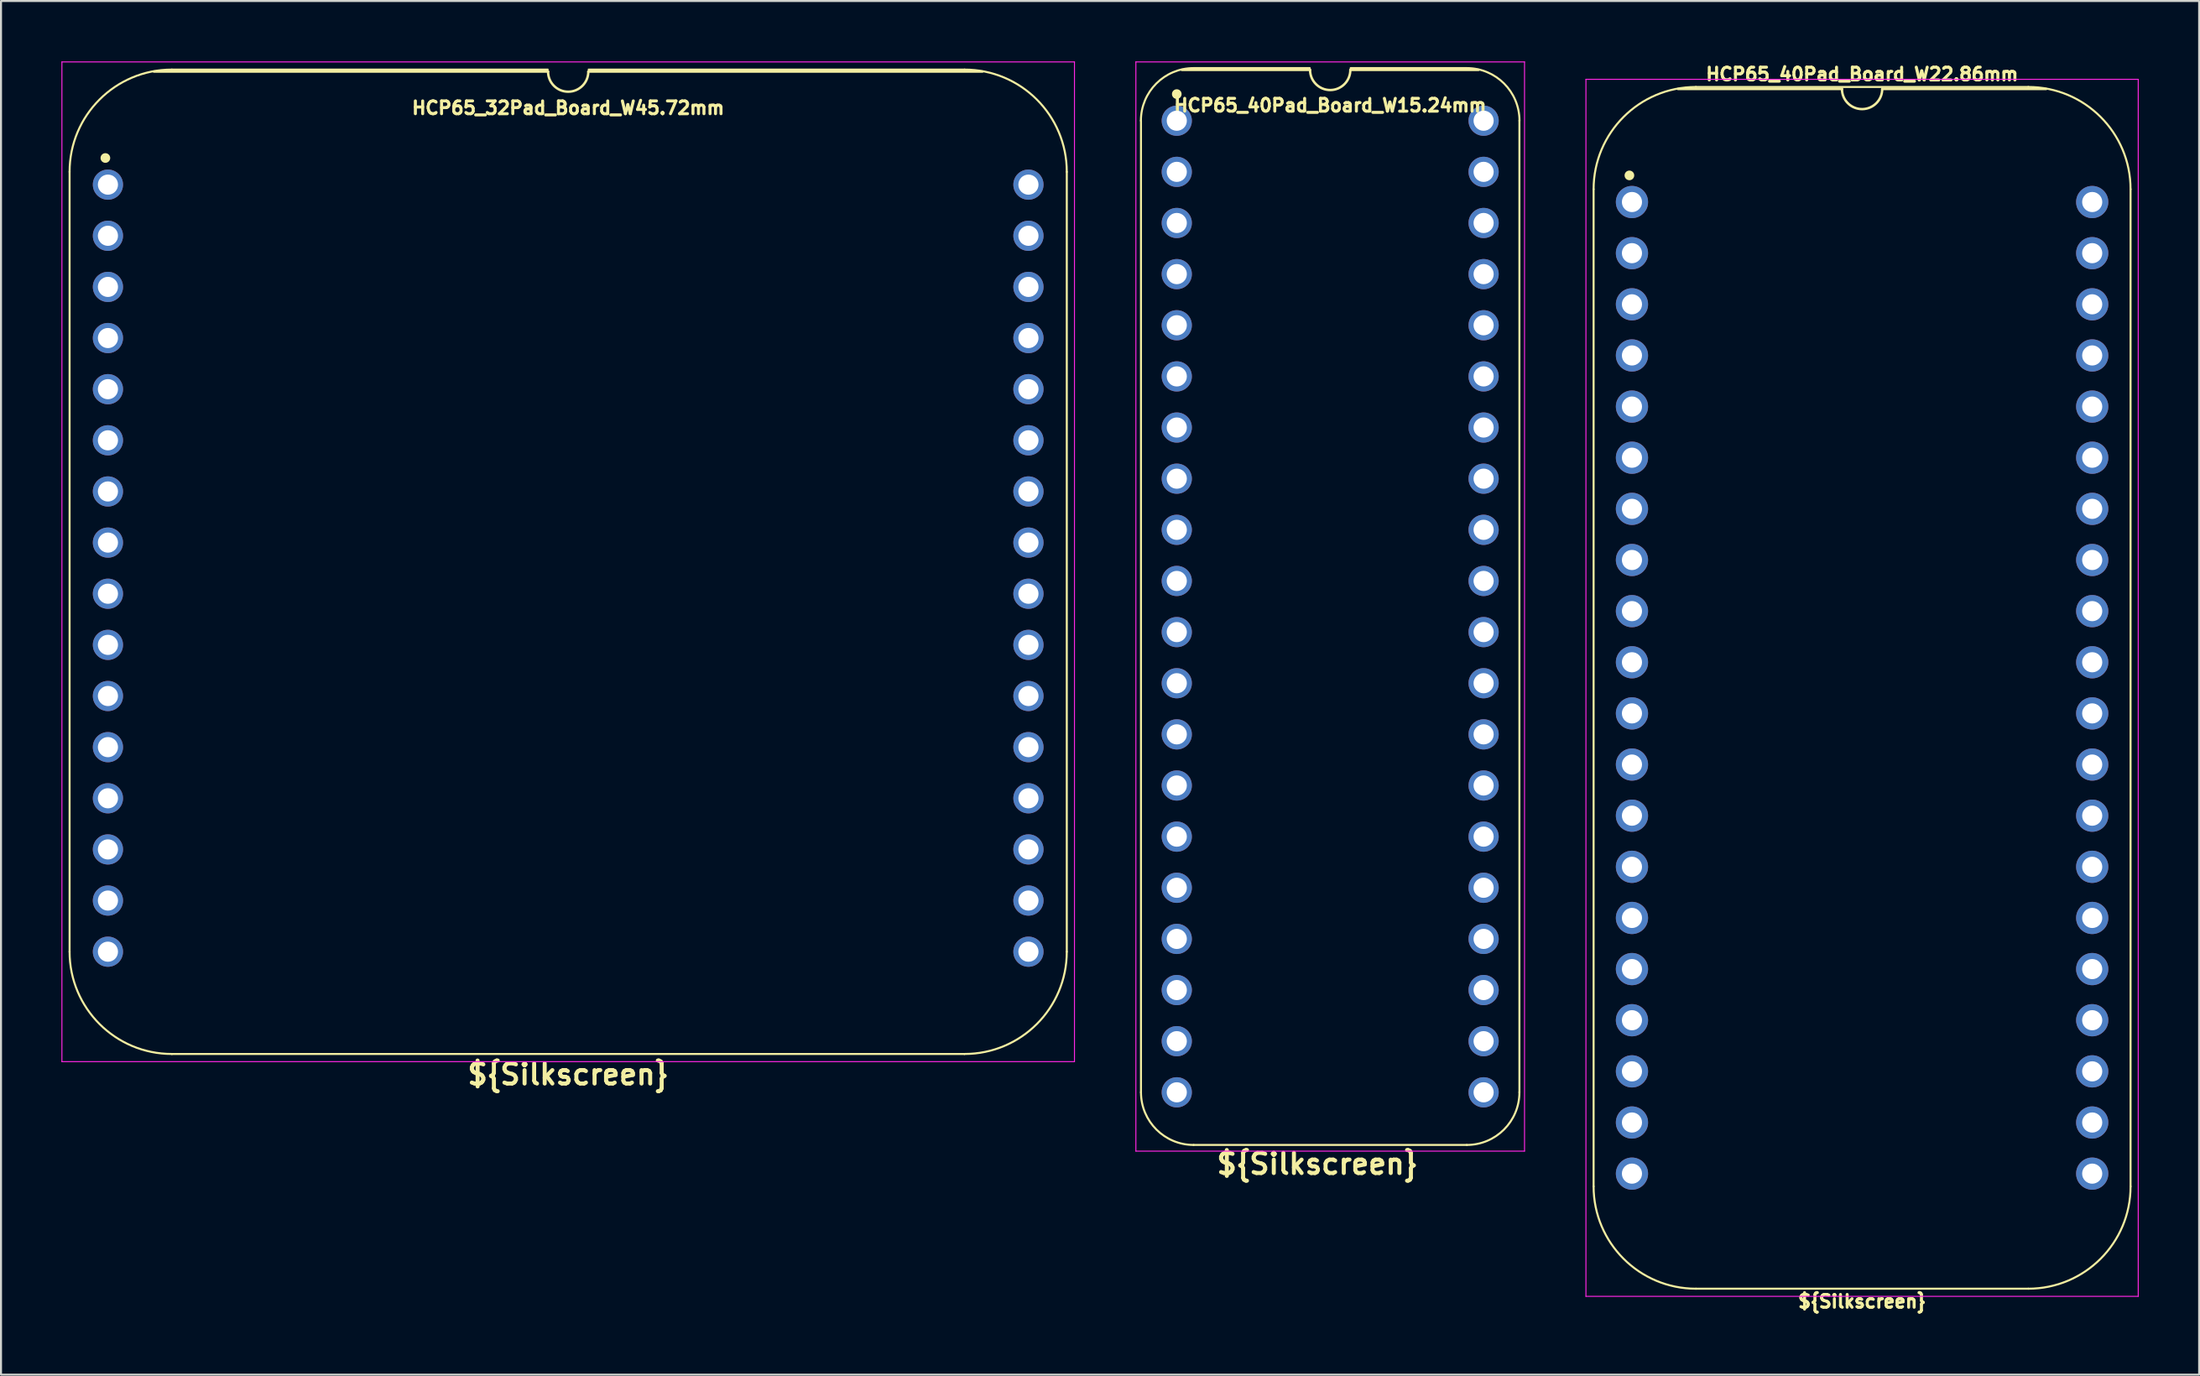
<source format=kicad_pcb>
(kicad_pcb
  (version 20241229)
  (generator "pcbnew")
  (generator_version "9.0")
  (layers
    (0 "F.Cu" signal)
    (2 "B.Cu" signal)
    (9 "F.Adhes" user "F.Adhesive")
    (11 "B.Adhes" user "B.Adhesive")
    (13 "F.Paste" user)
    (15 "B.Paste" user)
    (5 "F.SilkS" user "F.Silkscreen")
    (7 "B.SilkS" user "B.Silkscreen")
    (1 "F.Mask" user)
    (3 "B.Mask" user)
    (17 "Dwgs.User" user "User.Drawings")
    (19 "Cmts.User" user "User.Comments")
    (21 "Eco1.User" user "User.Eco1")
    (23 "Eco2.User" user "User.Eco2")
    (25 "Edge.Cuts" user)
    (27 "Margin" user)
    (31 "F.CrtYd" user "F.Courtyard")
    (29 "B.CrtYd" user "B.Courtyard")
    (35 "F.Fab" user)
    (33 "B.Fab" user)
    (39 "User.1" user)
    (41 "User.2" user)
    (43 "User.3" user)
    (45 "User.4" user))
  (footprint "HCP65_32Pad_Board_W45.72mm"
    (layer "F.Cu")
    (at 2.311 6.121)
    (property "Reference" "HCP65_32Pad_Board_W45.72mm" (at 22.86 -3.81 0) (layer "F.SilkS") (effects (font (size 0.635 0.635) (thickness 0.15))))
    (property "Silkscreen" "${Silkscreen}" (at 22.86 44.196 0) (layer "F.SilkS") (effects (font (size 1 1) (thickness 0.2))))
    (attr through_hole)
    (fp_line (start -1.905 -0.635) (end -1.905 38.1) (stroke (width 0.1) (type solid)) (layer "F.SilkS"))
    (fp_line (start 21.844 -5.715) (end 3.175 -5.715) (stroke (width 0.1) (type solid)) (layer "F.SilkS"))
    (fp_line (start 21.86 -5.616) (end 2.286 -5.616) (stroke (width 0.12) (type solid)) (layer "F.SilkS"))
    (fp_line (start 42.545 -5.715) (end 23.876 -5.715) (stroke (width 0.1) (type solid)) (layer "F.SilkS"))
    (fp_line (start 42.545 43.18) (end 3.175 43.18) (stroke (width 0.1) (type solid)) (layer "F.SilkS"))
    (fp_line (start 43.434 -5.616) (end 23.86 -5.616) (stroke (width 0.12) (type solid)) (layer "F.SilkS"))
    (fp_line (start 47.625 38.1) (end 47.625 -0.635) (stroke (width 0.1) (type solid)) (layer "F.SilkS"))
    (fp_arc (start -1.905 -0.635) (mid -0.417102 -4.227102) (end 3.175 -5.715) (stroke (width 0.1) (type solid)) (layer "F.SilkS"))
    (fp_arc (start 3.175 43.18) (mid -0.417102 41.692102) (end -1.905 38.1) (stroke (width 0.1) (type solid)) (layer "F.SilkS"))
    (fp_arc (start 23.86 -5.616) (mid 22.86 -4.616) (end 21.86 -5.616) (stroke (width 0.12) (type solid)) (layer "F.SilkS"))
    (fp_arc (start 42.545 -5.715) (mid 46.137102 -4.227102) (end 47.625 -0.635) (stroke (width 0.1) (type solid)) (layer "F.SilkS"))
    (fp_arc (start 47.625 38.1) (mid 46.137102 41.692102) (end 42.545 43.18) (stroke (width 0.1) (type solid)) (layer "F.SilkS"))
    (fp_circle (center -0.127 -1.323) (end 0.053 -1.323) (stroke (width 0.12) (type solid)) (fill yes) (layer "F.SilkS"))
    (fp_line (start -2.286 -6.096) (end -2.286 43.561) (stroke (width 0.05) (type solid)) (layer "F.CrtYd"))
    (fp_line (start -2.286 -6.096) (end 48.006 -6.096) (stroke (width 0.05) (type solid)) (layer "F.CrtYd"))
    (fp_line (start -2.286 43.561) (end 48.006 43.561) (stroke (width 0.05) (type solid)) (layer "F.CrtYd"))
    (fp_line (start 48.006 43.561) (end 48.006 -6.096) (stroke (width 0.05) (type solid)) (layer "F.CrtYd"))
    (pad "1" thru_hole circle (at 0 0) (size 1.5 1.5) (drill 1) (layers "*.Cu" "*.Mask"))
    (pad "2" thru_hole circle (at 0 2.54) (size 1.5 1.5) (drill 1) (layers "*.Cu" "*.Mask"))
    (pad "3" thru_hole circle (at 0 5.08) (size 1.5 1.5) (drill 1) (layers "*.Cu" "*.Mask"))
    (pad "4" thru_hole circle (at 0 7.62) (size 1.5 1.5) (drill 1) (layers "*.Cu" "*.Mask"))
    (pad "5" thru_hole circle (at 0 10.16) (size 1.5 1.5) (drill 1) (layers "*.Cu" "*.Mask"))
    (pad "6" thru_hole circle (at 0 12.7) (size 1.5 1.5) (drill 1) (layers "*.Cu" "*.Mask"))
    (pad "7" thru_hole circle (at 0 15.24) (size 1.5 1.5) (drill 1) (layers "*.Cu" "*.Mask"))
    (pad "8" thru_hole circle (at 0 17.78) (size 1.5 1.5) (drill 1) (layers "*.Cu" "*.Mask"))
    (pad "9" thru_hole circle (at 0 20.32) (size 1.5 1.5) (drill 1) (layers "*.Cu" "*.Mask"))
    (pad "10" thru_hole circle (at 0 22.86) (size 1.5 1.5) (drill 1) (layers "*.Cu" "*.Mask"))
    (pad "11" thru_hole circle (at 0 25.4) (size 1.5 1.5) (drill 1) (layers "*.Cu" "*.Mask"))
    (pad "12" thru_hole circle (at 0 27.94) (size 1.5 1.5) (drill 1) (layers "*.Cu" "*.Mask"))
    (pad "13" thru_hole circle (at 0 30.48) (size 1.5 1.5) (drill 1) (layers "*.Cu" "*.Mask"))
    (pad "14" thru_hole circle (at 0 33.02) (size 1.5 1.5) (drill 1) (layers "*.Cu" "*.Mask"))
    (pad "15" thru_hole circle (at 0 35.56) (size 1.5 1.5) (drill 1) (layers "*.Cu" "*.Mask"))
    (pad "16" thru_hole circle (at 0 38.1) (size 1.5 1.5) (drill 1) (layers "*.Cu" "*.Mask"))
    (pad "17" thru_hole circle (at 45.72 38.1) (size 1.5 1.5) (drill 1) (layers "*.Cu" "*.Mask"))
    (pad "18" thru_hole circle (at 45.72 35.56) (size 1.5 1.5) (drill 1) (layers "*.Cu" "*.Mask"))
    (pad "19" thru_hole circle (at 45.72 33.02) (size 1.5 1.5) (drill 1) (layers "*.Cu" "*.Mask"))
    (pad "20" thru_hole circle (at 45.72 30.48) (size 1.5 1.5) (drill 1) (layers "*.Cu" "*.Mask"))
    (pad "21" thru_hole circle (at 45.72 27.94) (size 1.5 1.5) (drill 1) (layers "*.Cu" "*.Mask"))
    (pad "22" thru_hole circle (at 45.72 25.4) (size 1.5 1.5) (drill 1) (layers "*.Cu" "*.Mask"))
    (pad "23" thru_hole circle (at 45.72 22.86) (size 1.5 1.5) (drill 1) (layers "*.Cu" "*.Mask"))
    (pad "24" thru_hole circle (at 45.72 20.32) (size 1.5 1.5) (drill 1) (layers "*.Cu" "*.Mask"))
    (pad "25" thru_hole circle (at 45.72 17.78) (size 1.5 1.5) (drill 1) (layers "*.Cu" "*.Mask"))
    (pad "26" thru_hole circle (at 45.72 15.24) (size 1.5 1.5) (drill 1) (layers "*.Cu" "*.Mask"))
    (pad "27" thru_hole circle (at 45.72 12.7) (size 1.5 1.5) (drill 1) (layers "*.Cu" "*.Mask"))
    (pad "28" thru_hole circle (at 45.72 10.16) (size 1.5 1.5) (drill 1) (layers "*.Cu" "*.Mask"))
    (pad "29" thru_hole circle (at 45.72 7.62) (size 1.5 1.5) (drill 1) (layers "*.Cu" "*.Mask"))
    (pad "30" thru_hole circle (at 45.72 5.08) (size 1.5 1.5) (drill 1) (layers "*.Cu" "*.Mask"))
    (pad "31" thru_hole circle (at 45.72 2.54) (size 1.5 1.5) (drill 1) (layers "*.Cu" "*.Mask"))
    (pad "32" thru_hole circle (at 45.72 0) (size 1.5 1.5) (drill 1) (layers "*.Cu" "*.Mask")))
  (footprint "HCP65_40Pad_Board_W22.86mm"
    (layer "F.Cu")
    (at 78.007 6.985)
    (property "Reference" "HCP65_40Pad_Board_W22.86mm" (at 11.43 -6.35 0) (layer "F.SilkS") (effects (font (size 0.635 0.635) (thickness 0.15))))
    (attr through_hole)
    (fp_line (start -1.905 -0.635) (end -1.905 48.895) (stroke (width 0.1) (type solid)) (layer "F.SilkS"))
    (fp_line (start 10.43 -5.616) (end 2.286 -5.616) (stroke (width 0.12) (type solid)) (layer "F.SilkS"))
    (fp_line (start 19.685 -5.715) (end 3.175 -5.715) (stroke (width 0.1) (type solid)) (layer "F.SilkS"))
    (fp_line (start 19.685 53.975) (end 3.175 53.975) (stroke (width 0.1) (type solid)) (layer "F.SilkS"))
    (fp_line (start 20.574 -5.616) (end 12.43 -5.616) (stroke (width 0.12) (type solid)) (layer "F.SilkS"))
    (fp_line (start 24.765 48.895) (end 24.765 -0.635) (stroke (width 0.1) (type solid)) (layer "F.SilkS"))
    (fp_arc (start -1.905 -0.635) (mid -0.417102 -4.227102) (end 3.175 -5.715) (stroke (width 0.1) (type solid)) (layer "F.SilkS"))
    (fp_arc (start 3.175 53.975) (mid -0.417102 52.487102) (end -1.905 48.895) (stroke (width 0.1) (type solid)) (layer "F.SilkS"))
    (fp_arc (start 12.43 -5.616) (mid 11.43 -4.616) (end 10.43 -5.616) (stroke (width 0.12) (type solid)) (layer "F.SilkS"))
    (fp_arc (start 19.685 -5.715) (mid 23.277102 -4.227102) (end 24.765 -0.635) (stroke (width 0.1) (type solid)) (layer "F.SilkS"))
    (fp_arc (start 24.765 48.895) (mid 23.277102 52.487102) (end 19.685 53.975) (stroke (width 0.1) (type solid)) (layer "F.SilkS"))
    (fp_circle (center -0.127 -1.323) (end 0.053 -1.323) (stroke (width 0.12) (type solid)) (fill yes) (layer "F.SilkS"))
    (fp_line (start -2.286 -6.096) (end -2.286 54.356) (stroke (width 0.05) (type solid)) (layer "F.CrtYd"))
    (fp_line (start -2.286 -6.096) (end 25.146 -6.096) (stroke (width 0.05) (type solid)) (layer "F.CrtYd"))
    (fp_line (start -2.286 54.356) (end 25.146 54.356) (stroke (width 0.05) (type solid)) (layer "F.CrtYd"))
    (fp_line (start 25.146 54.356) (end 25.146 -6.096) (stroke (width 0.05) (type solid)) (layer "F.CrtYd"))
    (fp_text user "${Silkscreen}" (at 11.43 54.61 0) (layer "F.SilkS") (effects (font (size 0.635 0.635) (thickness 0.15))))
    (pad "1" thru_hole circle (at 0 0) (size 1.6 1.6) (drill 1) (layers "*.Cu" "*.Mask"))
    (pad "2" thru_hole circle (at 0 2.54) (size 1.6 1.6) (drill 1) (layers "*.Cu" "*.Mask"))
    (pad "3" thru_hole circle (at 0 5.08) (size 1.6 1.6) (drill 1) (layers "*.Cu" "*.Mask"))
    (pad "4" thru_hole circle (at 0 7.62) (size 1.6 1.6) (drill 1) (layers "*.Cu" "*.Mask"))
    (pad "5" thru_hole circle (at 0 10.16) (size 1.6 1.6) (drill 1) (layers "*.Cu" "*.Mask"))
    (pad "6" thru_hole circle (at 0 12.7) (size 1.6 1.6) (drill 1) (layers "*.Cu" "*.Mask"))
    (pad "7" thru_hole circle (at 0 15.24) (size 1.6 1.6) (drill 1) (layers "*.Cu" "*.Mask"))
    (pad "8" thru_hole circle (at 0 17.78) (size 1.6 1.6) (drill 1) (layers "*.Cu" "*.Mask"))
    (pad "9" thru_hole circle (at 0 20.32) (size 1.6 1.6) (drill 1) (layers "*.Cu" "*.Mask"))
    (pad "10" thru_hole circle (at 0 22.86) (size 1.6 1.6) (drill 1) (layers "*.Cu" "*.Mask"))
    (pad "11" thru_hole circle (at 0 25.4) (size 1.6 1.6) (drill 1) (layers "*.Cu" "*.Mask"))
    (pad "12" thru_hole circle (at 0 27.94) (size 1.6 1.6) (drill 1) (layers "*.Cu" "*.Mask"))
    (pad "13" thru_hole circle (at 0 30.48) (size 1.6 1.6) (drill 1) (layers "*.Cu" "*.Mask"))
    (pad "14" thru_hole circle (at 0 33.02) (size 1.6 1.6) (drill 1) (layers "*.Cu" "*.Mask"))
    (pad "15" thru_hole circle (at 0 35.56) (size 1.6 1.6) (drill 1) (layers "*.Cu" "*.Mask"))
    (pad "16" thru_hole circle (at 0 38.1) (size 1.6 1.6) (drill 1) (layers "*.Cu" "*.Mask"))
    (pad "17" thru_hole circle (at 0 40.64) (size 1.6 1.6) (drill 1) (layers "*.Cu" "*.Mask"))
    (pad "18" thru_hole circle (at 0 43.18) (size 1.6 1.6) (drill 1) (layers "*.Cu" "*.Mask"))
    (pad "19" thru_hole circle (at 0 45.72) (size 1.6 1.6) (drill 1) (layers "*.Cu" "*.Mask"))
    (pad "20" thru_hole circle (at 0 48.26) (size 1.6 1.6) (drill 1) (layers "*.Cu" "*.Mask"))
    (pad "21" thru_hole circle (at 22.86 48.26) (size 1.6 1.6) (drill 1) (layers "*.Cu" "*.Mask"))
    (pad "22" thru_hole circle (at 22.86 45.72) (size 1.6 1.6) (drill 1) (layers "*.Cu" "*.Mask"))
    (pad "23" thru_hole circle (at 22.86 43.18) (size 1.6 1.6) (drill 1) (layers "*.Cu" "*.Mask"))
    (pad "24" thru_hole circle (at 22.86 40.64) (size 1.6 1.6) (drill 1) (layers "*.Cu" "*.Mask"))
    (pad "25" thru_hole circle (at 22.86 38.1) (size 1.6 1.6) (drill 1) (layers "*.Cu" "*.Mask"))
    (pad "26" thru_hole circle (at 22.86 35.56) (size 1.6 1.6) (drill 1) (layers "*.Cu" "*.Mask"))
    (pad "27" thru_hole circle (at 22.86 33.02) (size 1.6 1.6) (drill 1) (layers "*.Cu" "*.Mask"))
    (pad "28" thru_hole circle (at 22.86 30.48) (size 1.6 1.6) (drill 1) (layers "*.Cu" "*.Mask"))
    (pad "29" thru_hole circle (at 22.86 27.94) (size 1.6 1.6) (drill 1) (layers "*.Cu" "*.Mask"))
    (pad "30" thru_hole circle (at 22.86 25.4) (size 1.6 1.6) (drill 1) (layers "*.Cu" "*.Mask"))
    (pad "31" thru_hole circle (at 22.86 22.86) (size 1.6 1.6) (drill 1) (layers "*.Cu" "*.Mask"))
    (pad "32" thru_hole circle (at 22.86 20.32) (size 1.6 1.6) (drill 1) (layers "*.Cu" "*.Mask"))
    (pad "33" thru_hole circle (at 22.86 17.78) (size 1.6 1.6) (drill 1) (layers "*.Cu" "*.Mask"))
    (pad "34" thru_hole circle (at 22.86 15.24) (size 1.6 1.6) (drill 1) (layers "*.Cu" "*.Mask"))
    (pad "35" thru_hole circle (at 22.86 12.7) (size 1.6 1.6) (drill 1) (layers "*.Cu" "*.Mask"))
    (pad "36" thru_hole circle (at 22.86 10.16) (size 1.6 1.6) (drill 1) (layers "*.Cu" "*.Mask"))
    (pad "37" thru_hole circle (at 22.86 7.62) (size 1.6 1.6) (drill 1) (layers "*.Cu" "*.Mask"))
    (pad "38" thru_hole circle (at 22.86 5.08) (size 1.6 1.6) (drill 1) (layers "*.Cu" "*.Mask"))
    (pad "39" thru_hole circle (at 22.86 2.54) (size 1.6 1.6) (drill 1) (layers "*.Cu" "*.Mask"))
    (pad "40" thru_hole circle (at 22.86 0) (size 1.6 1.6) (drill 1) (layers "*.Cu" "*.Mask")))
  (footprint "HCP65_40Pad_Board_W15.24mm"
    (layer "F.Cu")
    (at 55.399 2.946)
    (property "Reference" "HCP65_40Pad_Board_W15.24mm" (at 7.62 -0.762 0) (layer "F.SilkS") (effects (font (size 0.635 0.635) (thickness 0.15))))
    (property "Silkscreen" "${Silkscreen}" (at 6.985 51.816 0) (layer "F.SilkS") (effects (font (size 1 1) (thickness 0.2))))
    (attr through_hole)
    (fp_line (start -1.778 48.26) (end -1.778 0) (stroke (width 0.1) (type solid)) (layer "F.SilkS"))
    (fp_line (start 0.832 -2.614) (end 6.604 -2.614) (stroke (width 0.1) (type solid)) (layer "F.SilkS"))
    (fp_line (start 6.62 -2.524) (end 0.254 -2.524) (stroke (width 0.12) (type solid)) (layer "F.SilkS"))
    (fp_line (start 8.636 -2.614) (end 14.408 -2.614) (stroke (width 0.1) (type solid)) (layer "F.SilkS"))
    (fp_line (start 14.404 50.874) (end 0.836 50.874) (stroke (width 0.1) (type solid)) (layer "F.SilkS"))
    (fp_line (start 14.986 -2.524) (end 8.62 -2.524) (stroke (width 0.12) (type solid)) (layer "F.SilkS"))
    (fp_line (start 17.018 48.26) (end 17.018 0) (stroke (width 0.1) (type solid)) (layer "F.SilkS"))
    (fp_arc (start -1.781544 0) (mid -1.016 -1.848188) (end 0.832188 -2.613732) (stroke (width 0.1) (type solid)) (layer "F.SilkS"))
    (fp_arc (start 0.835733 50.873733) (mid -1.012456 50.108189) (end -1.778 48.26) (stroke (width 0.1) (type solid)) (layer "F.SilkS"))
    (fp_arc (start 8.62 -2.524) (mid 7.62 -1.524) (end 6.62 -2.524) (stroke (width 0.12) (type solid)) (layer "F.SilkS"))
    (fp_arc (start 14.407812 -2.613732) (mid 16.256 -1.848188) (end 17.021544 0) (stroke (width 0.1) (type solid)) (layer "F.SilkS"))
    (fp_arc (start 17.018001 48.260001) (mid 16.252456 50.108188) (end 14.404269 50.873733) (stroke (width 0.1) (type solid)) (layer "F.SilkS"))
    (fp_circle (center 0 -1.323) (end 0.18 -1.323) (stroke (width 0.12) (type solid)) (fill yes) (layer "F.SilkS"))
    (fp_line (start -2.032 -2.921) (end -2.032 51.181) (stroke (width 0.05) (type solid)) (layer "F.CrtYd"))
    (fp_line (start -2.032 -2.921) (end 17.272 -2.921) (stroke (width 0.05) (type solid)) (layer "F.CrtYd"))
    (fp_line (start -2.032 51.181) (end 17.272 51.181) (stroke (width 0.05) (type solid)) (layer "F.CrtYd"))
    (fp_line (start 17.272 -2.921) (end 17.272 51.181) (stroke (width 0.05) (type solid)) (layer "F.CrtYd"))
    (pad "1" thru_hole circle (at 0 0) (size 1.5 1.5) (drill 1) (layers "*.Cu" "*.Mask"))
    (pad "2" thru_hole circle (at 0 2.54) (size 1.5 1.5) (drill 1) (layers "*.Cu" "*.Mask"))
    (pad "3" thru_hole circle (at 0 5.08) (size 1.5 1.5) (drill 1) (layers "*.Cu" "*.Mask"))
    (pad "4" thru_hole circle (at 0 7.62) (size 1.5 1.5) (drill 1) (layers "*.Cu" "*.Mask"))
    (pad "5" thru_hole circle (at 0 10.16) (size 1.5 1.5) (drill 1) (layers "*.Cu" "*.Mask"))
    (pad "6" thru_hole circle (at 0 12.7) (size 1.5 1.5) (drill 1) (layers "*.Cu" "*.Mask"))
    (pad "7" thru_hole circle (at 0 15.24) (size 1.5 1.5) (drill 1) (layers "*.Cu" "*.Mask"))
    (pad "8" thru_hole circle (at 0 17.78) (size 1.5 1.5) (drill 1) (layers "*.Cu" "*.Mask"))
    (pad "9" thru_hole circle (at 0 20.32) (size 1.5 1.5) (drill 1) (layers "*.Cu" "*.Mask"))
    (pad "10" thru_hole circle (at 0 22.86) (size 1.5 1.5) (drill 1) (layers "*.Cu" "*.Mask"))
    (pad "11" thru_hole circle (at 0 25.4) (size 1.5 1.5) (drill 1) (layers "*.Cu" "*.Mask"))
    (pad "12" thru_hole circle (at 0 27.94) (size 1.5 1.5) (drill 1) (layers "*.Cu" "*.Mask"))
    (pad "13" thru_hole circle (at 0 30.48) (size 1.5 1.5) (drill 1) (layers "*.Cu" "*.Mask"))
    (pad "14" thru_hole circle (at 0 33.02) (size 1.5 1.5) (drill 1) (layers "*.Cu" "*.Mask"))
    (pad "15" thru_hole circle (at 0 35.56) (size 1.5 1.5) (drill 1) (layers "*.Cu" "*.Mask"))
    (pad "16" thru_hole circle (at 0 38.1) (size 1.5 1.5) (drill 1) (layers "*.Cu" "*.Mask"))
    (pad "17" thru_hole circle (at 0 40.64) (size 1.5 1.5) (drill 1) (layers "*.Cu" "*.Mask"))
    (pad "18" thru_hole circle (at 0 43.18) (size 1.5 1.5) (drill 1) (layers "*.Cu" "*.Mask"))
    (pad "19" thru_hole circle (at 0 45.72) (size 1.5 1.5) (drill 1) (layers "*.Cu" "*.Mask"))
    (pad "20" thru_hole circle (at 0 48.26) (size 1.5 1.5) (drill 1) (layers "*.Cu" "*.Mask"))
    (pad "21" thru_hole circle (at 15.24 48.26) (size 1.5 1.5) (drill 1) (layers "*.Cu" "*.Mask"))
    (pad "22" thru_hole circle (at 15.24 45.72) (size 1.5 1.5) (drill 1) (layers "*.Cu" "*.Mask"))
    (pad "23" thru_hole circle (at 15.24 43.18) (size 1.5 1.5) (drill 1) (layers "*.Cu" "*.Mask"))
    (pad "24" thru_hole circle (at 15.24 40.64) (size 1.5 1.5) (drill 1) (layers "*.Cu" "*.Mask"))
    (pad "25" thru_hole circle (at 15.24 38.1) (size 1.5 1.5) (drill 1) (layers "*.Cu" "*.Mask"))
    (pad "26" thru_hole circle (at 15.24 35.56) (size 1.5 1.5) (drill 1) (layers "*.Cu" "*.Mask"))
    (pad "27" thru_hole circle (at 15.24 33.02) (size 1.5 1.5) (drill 1) (layers "*.Cu" "*.Mask"))
    (pad "28" thru_hole circle (at 15.24 30.48) (size 1.5 1.5) (drill 1) (layers "*.Cu" "*.Mask"))
    (pad "29" thru_hole circle (at 15.24 27.94) (size 1.5 1.5) (drill 1) (layers "*.Cu" "*.Mask"))
    (pad "30" thru_hole circle (at 15.24 25.4) (size 1.5 1.5) (drill 1) (layers "*.Cu" "*.Mask"))
    (pad "31" thru_hole circle (at 15.24 22.86) (size 1.5 1.5) (drill 1) (layers "*.Cu" "*.Mask"))
    (pad "32" thru_hole circle (at 15.24 20.32) (size 1.5 1.5) (drill 1) (layers "*.Cu" "*.Mask"))
    (pad "33" thru_hole circle (at 15.24 17.78) (size 1.5 1.5) (drill 1) (layers "*.Cu" "*.Mask"))
    (pad "34" thru_hole circle (at 15.24 15.24) (size 1.5 1.5) (drill 1) (layers "*.Cu" "*.Mask"))
    (pad "35" thru_hole circle (at 15.24 12.7) (size 1.5 1.5) (drill 1) (layers "*.Cu" "*.Mask"))
    (pad "36" thru_hole circle (at 15.24 10.16) (size 1.5 1.5) (drill 1) (layers "*.Cu" "*.Mask"))
    (pad "37" thru_hole circle (at 15.24 7.62) (size 1.5 1.5) (drill 1) (layers "*.Cu" "*.Mask"))
    (pad "38" thru_hole circle (at 15.24 5.08) (size 1.5 1.5) (drill 1) (layers "*.Cu" "*.Mask"))
    (pad "39" thru_hole circle (at 15.24 2.54) (size 1.5 1.5) (drill 1) (layers "*.Cu" "*.Mask"))
    (pad "40" thru_hole circle (at 15.24 0) (size 1.5 1.5) (drill 1) (layers "*.Cu" "*.Mask")))
  (gr_rect
    (start -3 -3)
    (end 106.178 65.229)
    (stroke (width 0.1) (type default))
    (fill no)
    (layer "Edge.Cuts")))
</source>
